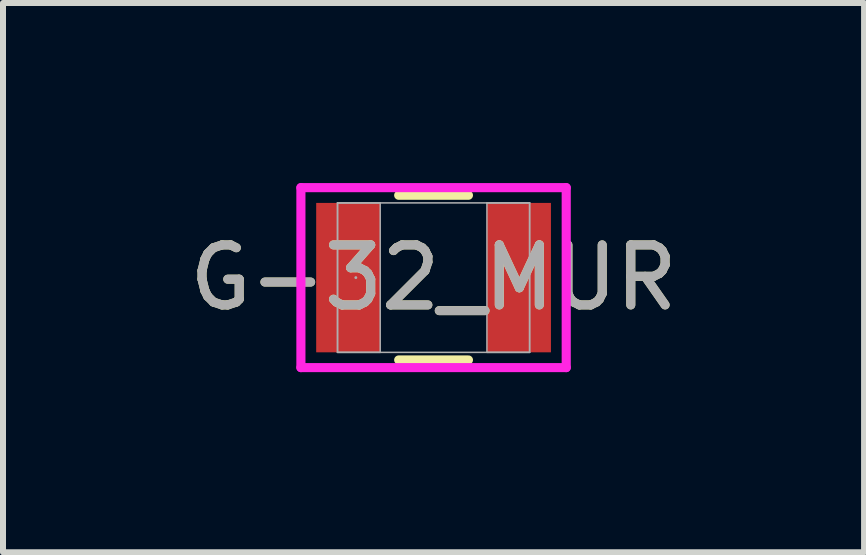
<source format=kicad_pcb>
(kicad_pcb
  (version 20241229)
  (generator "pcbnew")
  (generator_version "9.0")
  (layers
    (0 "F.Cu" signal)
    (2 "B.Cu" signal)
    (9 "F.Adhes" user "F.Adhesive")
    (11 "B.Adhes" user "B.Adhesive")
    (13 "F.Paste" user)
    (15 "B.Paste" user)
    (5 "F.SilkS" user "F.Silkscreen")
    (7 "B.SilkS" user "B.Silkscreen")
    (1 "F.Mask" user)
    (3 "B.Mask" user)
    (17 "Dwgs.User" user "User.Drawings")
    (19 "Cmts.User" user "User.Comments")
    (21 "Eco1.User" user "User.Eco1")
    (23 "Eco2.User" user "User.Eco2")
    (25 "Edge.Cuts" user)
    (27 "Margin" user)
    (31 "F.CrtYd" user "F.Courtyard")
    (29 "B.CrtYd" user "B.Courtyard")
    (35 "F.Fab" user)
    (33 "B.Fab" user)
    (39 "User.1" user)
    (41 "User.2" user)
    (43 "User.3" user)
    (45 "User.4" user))
  (footprint "G-32_MUR"
    (layer "F.Cu")
    (at 4.173 1.575)
    (property "Reference" "G-32_MUR" (at 0 0 0) (unlocked yes) (layer "F.SilkS") (effects (font (size 1 1) (thickness 0.15))))
    (attr smd)
    (fp_line (start -0.581 1.372) (end 0.581 1.372) (stroke (width 0.152) (type solid)) (layer "F.SilkS"))
    (fp_line (start 0.581 -1.372) (end -0.581 -1.372) (stroke (width 0.152) (type solid)) (layer "F.SilkS"))
    (fp_line (start -2.21 -1.499) (end 2.21 -1.499) (stroke (width 0.152) (type solid)) (layer "F.CrtYd"))
    (fp_line (start -2.21 1.499) (end -2.21 -1.499) (stroke (width 0.152) (type solid)) (layer "F.CrtYd"))
    (fp_line (start 2.21 -1.499) (end 2.21 1.499) (stroke (width 0.152) (type solid)) (layer "F.CrtYd"))
    (fp_line (start 2.21 1.499) (end -2.21 1.499) (stroke (width 0.152) (type solid)) (layer "F.CrtYd"))
    (fp_line (start -1.6 -1.245) (end -1.6 1.245) (stroke (width 0.025) (type solid)) (layer "F.Fab"))
    (fp_line (start -1.6 -1.245) (end -1.6 1.245) (stroke (width 0.025) (type solid)) (layer "F.Fab"))
    (fp_line (start -1.6 1.245) (end -0.889 1.245) (stroke (width 0.025) (type solid)) (layer "F.Fab"))
    (fp_line (start -1.6 1.245) (end 1.6 1.245) (stroke (width 0.025) (type solid)) (layer "F.Fab"))
    (fp_line (start -0.889 -1.245) (end -1.6 -1.245) (stroke (width 0.025) (type solid)) (layer "F.Fab"))
    (fp_line (start -0.889 1.245) (end -0.889 -1.245) (stroke (width 0.025) (type solid)) (layer "F.Fab"))
    (fp_line (start 0.889 -1.245) (end 0.889 1.245) (stroke (width 0.025) (type solid)) (layer "F.Fab"))
    (fp_line (start 0.889 1.245) (end 1.6 1.245) (stroke (width 0.025) (type solid)) (layer "F.Fab"))
    (fp_line (start 1.6 -1.245) (end -1.6 -1.245) (stroke (width 0.025) (type solid)) (layer "F.Fab"))
    (fp_line (start 1.6 -1.245) (end 0.889 -1.245) (stroke (width 0.025) (type solid)) (layer "F.Fab"))
    (fp_line (start 1.6 1.245) (end 1.6 -1.245) (stroke (width 0.025) (type solid)) (layer "F.Fab"))
    (fp_line (start 1.6 1.245) (end 1.6 -1.245) (stroke (width 0.025) (type solid)) (layer "F.Fab"))
    (fp_circle (center -1.295 0) (end -1.295 0) (stroke (width 0.025) (type solid)) (fill no) (layer "F.Fab"))
    (fp_text user "${REFERENCE}" (at 0 0 0) (unlocked yes) (layer "F.Fab") (effects (font (size 1 1) (thickness 0.15))))
    (pad "1" smd rect (at -1.422 0) (size 1.067 2.489) (layers "F.Cu" "F.Mask" "F.Paste"))
    (pad "2" smd rect (at 1.422 0) (size 1.067 2.489) (layers "F.Cu" "F.Mask" "F.Paste"))
    (zone (net_name "") (layer "F.Cu") (hatch full 0.508) (connect_pads) (min_thickness 0.254) (filled_areas_thickness no) (keepout (tracks not_allowed) (vias not_allowed) (pads allowed) (copperpour not_allowed) (footprints allowed)) (placement (enabled no)) (fill) (polygon (pts (xy 3.334 0.381) (xy 5.011 0.381) (xy 5.011 2.769) (xy 3.334 2.769)))))
  (gr_rect
    (start -3 -3)
    (end 11.345 6.15)
    (stroke (width 0.1) (type default))
    (fill no)
    (layer "Edge.Cuts")))
</source>
